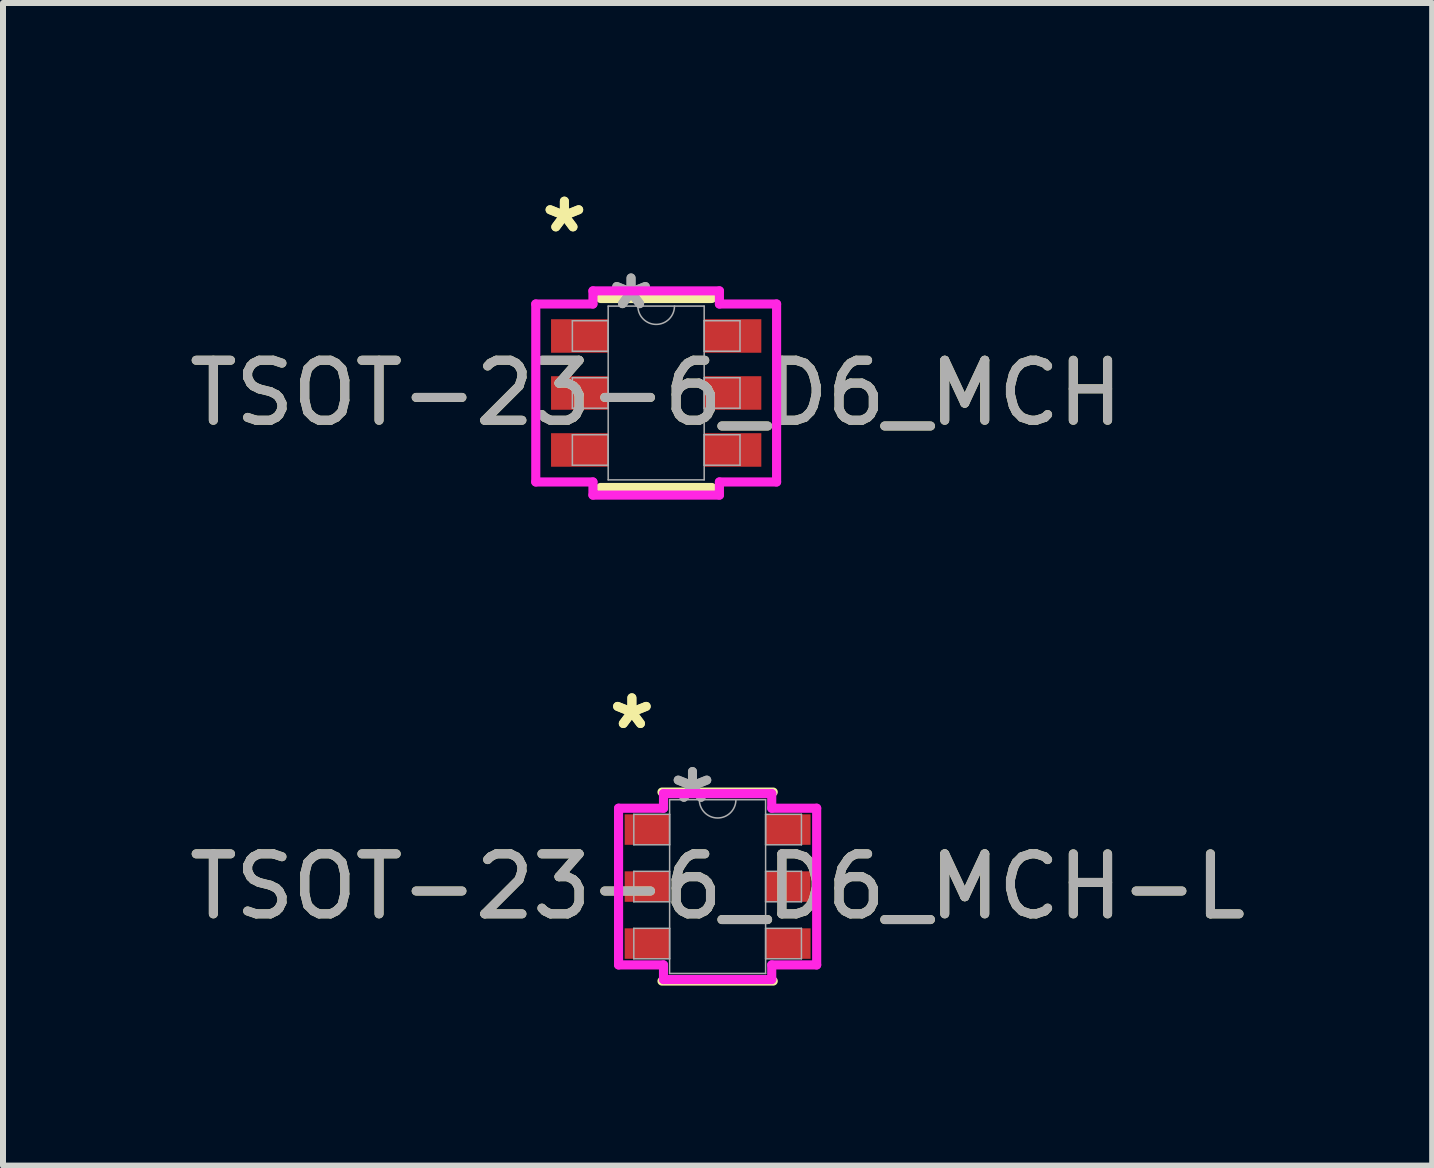
<source format=kicad_pcb>
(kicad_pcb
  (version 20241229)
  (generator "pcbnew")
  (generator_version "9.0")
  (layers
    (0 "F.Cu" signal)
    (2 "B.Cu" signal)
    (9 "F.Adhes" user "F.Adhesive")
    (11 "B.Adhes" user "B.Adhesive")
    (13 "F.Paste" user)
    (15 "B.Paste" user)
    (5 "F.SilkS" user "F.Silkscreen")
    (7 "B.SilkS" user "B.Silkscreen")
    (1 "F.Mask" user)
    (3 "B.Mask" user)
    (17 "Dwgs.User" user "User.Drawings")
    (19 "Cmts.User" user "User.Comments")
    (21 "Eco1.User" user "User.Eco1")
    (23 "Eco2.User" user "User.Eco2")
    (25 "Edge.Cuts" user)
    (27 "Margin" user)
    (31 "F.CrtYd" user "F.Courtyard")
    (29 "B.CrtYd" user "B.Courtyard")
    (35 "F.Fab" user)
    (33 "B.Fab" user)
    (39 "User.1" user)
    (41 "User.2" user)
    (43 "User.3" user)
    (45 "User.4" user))
  (footprint "TSOT-23-6_D6_MCH"
    (layer "F.Cu")
    (at 7.887 3.5)
    (property "Reference" "TSOT-23-6_D6_MCH" (at 0 0 0) (unlocked yes) (layer "F.SilkS") (effects (font (size 1 1) (thickness 0.15))))
    (attr smd)
    (fp_line (start -0.927 1.575) (end 0.927 1.575) (stroke (width 0.152) (type solid)) (layer "F.SilkS"))
    (fp_line (start 0.927 -1.575) (end -0.927 -1.575) (stroke (width 0.152) (type solid)) (layer "F.SilkS"))
    (fp_line (start -2.007 -1.483) (end -1.054 -1.483) (stroke (width 0.152) (type solid)) (layer "F.CrtYd"))
    (fp_line (start -2.007 1.483) (end -2.007 -1.483) (stroke (width 0.152) (type solid)) (layer "F.CrtYd"))
    (fp_line (start -2.007 1.483) (end -1.054 1.483) (stroke (width 0.152) (type solid)) (layer "F.CrtYd"))
    (fp_line (start -1.054 -1.702) (end 1.054 -1.702) (stroke (width 0.152) (type solid)) (layer "F.CrtYd"))
    (fp_line (start -1.054 -1.483) (end -1.054 -1.702) (stroke (width 0.152) (type solid)) (layer "F.CrtYd"))
    (fp_line (start -1.054 1.702) (end -1.054 1.483) (stroke (width 0.152) (type solid)) (layer "F.CrtYd"))
    (fp_line (start 1.054 -1.702) (end 1.054 -1.483) (stroke (width 0.152) (type solid)) (layer "F.CrtYd"))
    (fp_line (start 1.054 1.483) (end 1.054 1.702) (stroke (width 0.152) (type solid)) (layer "F.CrtYd"))
    (fp_line (start 1.054 1.702) (end -1.054 1.702) (stroke (width 0.152) (type solid)) (layer "F.CrtYd"))
    (fp_line (start 2.007 -1.483) (end 1.054 -1.483) (stroke (width 0.152) (type solid)) (layer "F.CrtYd"))
    (fp_line (start 2.007 -1.483) (end 2.007 1.483) (stroke (width 0.152) (type solid)) (layer "F.CrtYd"))
    (fp_line (start 2.007 1.483) (end 1.054 1.483) (stroke (width 0.152) (type solid)) (layer "F.CrtYd"))
    (fp_line (start -1.397 -1.204) (end -1.397 -0.696) (stroke (width 0.025) (type solid)) (layer "F.Fab"))
    (fp_line (start -1.397 -0.696) (end -0.8 -0.696) (stroke (width 0.025) (type solid)) (layer "F.Fab"))
    (fp_line (start -1.397 -0.254) (end -1.397 0.254) (stroke (width 0.025) (type solid)) (layer "F.Fab"))
    (fp_line (start -1.397 0.254) (end -0.8 0.254) (stroke (width 0.025) (type solid)) (layer "F.Fab"))
    (fp_line (start -1.397 0.696) (end -1.397 1.204) (stroke (width 0.025) (type solid)) (layer "F.Fab"))
    (fp_line (start -1.397 1.204) (end -0.8 1.204) (stroke (width 0.025) (type solid)) (layer "F.Fab"))
    (fp_line (start -0.8 -1.448) (end -0.8 1.448) (stroke (width 0.025) (type solid)) (layer "F.Fab"))
    (fp_line (start -0.8 -1.204) (end -1.397 -1.204) (stroke (width 0.025) (type solid)) (layer "F.Fab"))
    (fp_line (start -0.8 -0.696) (end -0.8 -1.204) (stroke (width 0.025) (type solid)) (layer "F.Fab"))
    (fp_line (start -0.8 -0.254) (end -1.397 -0.254) (stroke (width 0.025) (type solid)) (layer "F.Fab"))
    (fp_line (start -0.8 0.254) (end -0.8 -0.254) (stroke (width 0.025) (type solid)) (layer "F.Fab"))
    (fp_line (start -0.8 0.696) (end -1.397 0.696) (stroke (width 0.025) (type solid)) (layer "F.Fab"))
    (fp_line (start -0.8 1.204) (end -0.8 0.696) (stroke (width 0.025) (type solid)) (layer "F.Fab"))
    (fp_line (start -0.8 1.448) (end 0.8 1.448) (stroke (width 0.025) (type solid)) (layer "F.Fab"))
    (fp_line (start 0.8 -1.448) (end -0.8 -1.448) (stroke (width 0.025) (type solid)) (layer "F.Fab"))
    (fp_line (start 0.8 -1.204) (end 0.8 -0.696) (stroke (width 0.025) (type solid)) (layer "F.Fab"))
    (fp_line (start 0.8 -0.696) (end 1.397 -0.696) (stroke (width 0.025) (type solid)) (layer "F.Fab"))
    (fp_line (start 0.8 -0.254) (end 0.8 0.254) (stroke (width 0.025) (type solid)) (layer "F.Fab"))
    (fp_line (start 0.8 0.254) (end 1.397 0.254) (stroke (width 0.025) (type solid)) (layer "F.Fab"))
    (fp_line (start 0.8 0.696) (end 0.8 1.204) (stroke (width 0.025) (type solid)) (layer "F.Fab"))
    (fp_line (start 0.8 1.204) (end 1.397 1.204) (stroke (width 0.025) (type solid)) (layer "F.Fab"))
    (fp_line (start 0.8 1.448) (end 0.8 -1.448) (stroke (width 0.025) (type solid)) (layer "F.Fab"))
    (fp_line (start 1.397 -1.204) (end 0.8 -1.204) (stroke (width 0.025) (type solid)) (layer "F.Fab"))
    (fp_line (start 1.397 -0.696) (end 1.397 -1.204) (stroke (width 0.025) (type solid)) (layer "F.Fab"))
    (fp_line (start 1.397 -0.254) (end 0.8 -0.254) (stroke (width 0.025) (type solid)) (layer "F.Fab"))
    (fp_line (start 1.397 0.254) (end 1.397 -0.254) (stroke (width 0.025) (type solid)) (layer "F.Fab"))
    (fp_line (start 1.397 0.696) (end 0.8 0.696) (stroke (width 0.025) (type solid)) (layer "F.Fab"))
    (fp_line (start 1.397 1.204) (end 1.397 0.696) (stroke (width 0.025) (type solid)) (layer "F.Fab"))
    (fp_arc (start 0.3048 -1.4478) (mid 0 -1.143) (end -0.3048 -1.4478) (stroke (width 0.0254) (type solid)) (layer "F.Fab"))
    (fp_text user "*" (at -1.53 -2.652 0) (unlocked yes) (layer "F.SilkS") (effects (font (size 1 1) (thickness 0.15))))
    (fp_text user "*" (at -1.53 -2.652 0) (layer "F.SilkS") (effects (font (size 1 1) (thickness 0.15))))
    (fp_text user "${REFERENCE}" (at 0 0 0) (unlocked yes) (layer "F.Fab") (effects (font (size 1 1) (thickness 0.15))))
    (fp_text user "*" (at -0.419 -1.372 0) (unlocked yes) (layer "F.Fab") (effects (font (size 1 1) (thickness 0.15))))
    (fp_text user "*" (at -0.419 -1.372 0) (layer "F.Fab") (effects (font (size 1 1) (thickness 0.15))))
    (pad "1" smd rect (at -1.276 -0.95) (size 0.953 0.559) (layers "F.Cu" "F.Mask" "F.Paste"))
    (pad "2" smd rect (at -1.276 0) (size 0.953 0.559) (layers "F.Cu" "F.Mask" "F.Paste"))
    (pad "3" smd rect (at -1.276 0.95) (size 0.953 0.559) (layers "F.Cu" "F.Mask" "F.Paste"))
    (pad "4" smd rect (at 1.276 0.95) (size 0.953 0.559) (layers "F.Cu" "F.Mask" "F.Paste"))
    (pad "5" smd rect (at 1.276 0) (size 0.953 0.559) (layers "F.Cu" "F.Mask" "F.Paste"))
    (pad "6" smd rect (at 1.276 -0.95) (size 0.953 0.559) (layers "F.Cu" "F.Mask" "F.Paste")))
  (footprint "TSOT-23-6_D6_MCH-L"
    (layer "F.Cu")
    (at 8.911 11.727)
    (property "Reference" "TSOT-23-6_D6_MCH-L" (at 0 0 0) (unlocked yes) (layer "F.SilkS") (effects (font (size 1 1) (thickness 0.15))))
    (attr smd)
    (fp_line (start -0.927 1.575) (end 0.927 1.575) (stroke (width 0.152) (type solid)) (layer "F.SilkS"))
    (fp_line (start 0.927 -1.575) (end -0.927 -1.575) (stroke (width 0.152) (type solid)) (layer "F.SilkS"))
    (fp_line (start -1.651 -1.306) (end -0.902 -1.306) (stroke (width 0.152) (type solid)) (layer "F.CrtYd"))
    (fp_line (start -1.651 1.306) (end -1.651 -1.306) (stroke (width 0.152) (type solid)) (layer "F.CrtYd"))
    (fp_line (start -1.651 1.306) (end -0.902 1.306) (stroke (width 0.152) (type solid)) (layer "F.CrtYd"))
    (fp_line (start -0.902 -1.549) (end 0.902 -1.549) (stroke (width 0.152) (type solid)) (layer "F.CrtYd"))
    (fp_line (start -0.902 -1.306) (end -0.902 -1.549) (stroke (width 0.152) (type solid)) (layer "F.CrtYd"))
    (fp_line (start -0.902 1.549) (end -0.902 1.306) (stroke (width 0.152) (type solid)) (layer "F.CrtYd"))
    (fp_line (start 0.902 -1.549) (end 0.902 -1.306) (stroke (width 0.152) (type solid)) (layer "F.CrtYd"))
    (fp_line (start 0.902 1.306) (end 0.902 1.549) (stroke (width 0.152) (type solid)) (layer "F.CrtYd"))
    (fp_line (start 0.902 1.549) (end -0.902 1.549) (stroke (width 0.152) (type solid)) (layer "F.CrtYd"))
    (fp_line (start 1.651 -1.306) (end 0.902 -1.306) (stroke (width 0.152) (type solid)) (layer "F.CrtYd"))
    (fp_line (start 1.651 -1.306) (end 1.651 1.306) (stroke (width 0.152) (type solid)) (layer "F.CrtYd"))
    (fp_line (start 1.651 1.306) (end 0.902 1.306) (stroke (width 0.152) (type solid)) (layer "F.CrtYd"))
    (fp_line (start -1.397 -1.204) (end -1.397 -0.696) (stroke (width 0.025) (type solid)) (layer "F.Fab"))
    (fp_line (start -1.397 -0.696) (end -0.8 -0.696) (stroke (width 0.025) (type solid)) (layer "F.Fab"))
    (fp_line (start -1.397 -0.254) (end -1.397 0.254) (stroke (width 0.025) (type solid)) (layer "F.Fab"))
    (fp_line (start -1.397 0.254) (end -0.8 0.254) (stroke (width 0.025) (type solid)) (layer "F.Fab"))
    (fp_line (start -1.397 0.696) (end -1.397 1.204) (stroke (width 0.025) (type solid)) (layer "F.Fab"))
    (fp_line (start -1.397 1.204) (end -0.8 1.204) (stroke (width 0.025) (type solid)) (layer "F.Fab"))
    (fp_line (start -0.8 -1.448) (end -0.8 1.448) (stroke (width 0.025) (type solid)) (layer "F.Fab"))
    (fp_line (start -0.8 -1.204) (end -1.397 -1.204) (stroke (width 0.025) (type solid)) (layer "F.Fab"))
    (fp_line (start -0.8 -0.696) (end -0.8 -1.204) (stroke (width 0.025) (type solid)) (layer "F.Fab"))
    (fp_line (start -0.8 -0.254) (end -1.397 -0.254) (stroke (width 0.025) (type solid)) (layer "F.Fab"))
    (fp_line (start -0.8 0.254) (end -0.8 -0.254) (stroke (width 0.025) (type solid)) (layer "F.Fab"))
    (fp_line (start -0.8 0.696) (end -1.397 0.696) (stroke (width 0.025) (type solid)) (layer "F.Fab"))
    (fp_line (start -0.8 1.204) (end -0.8 0.696) (stroke (width 0.025) (type solid)) (layer "F.Fab"))
    (fp_line (start -0.8 1.448) (end 0.8 1.448) (stroke (width 0.025) (type solid)) (layer "F.Fab"))
    (fp_line (start 0.8 -1.448) (end -0.8 -1.448) (stroke (width 0.025) (type solid)) (layer "F.Fab"))
    (fp_line (start 0.8 -1.204) (end 0.8 -0.696) (stroke (width 0.025) (type solid)) (layer "F.Fab"))
    (fp_line (start 0.8 -0.696) (end 1.397 -0.696) (stroke (width 0.025) (type solid)) (layer "F.Fab"))
    (fp_line (start 0.8 -0.254) (end 0.8 0.254) (stroke (width 0.025) (type solid)) (layer "F.Fab"))
    (fp_line (start 0.8 0.254) (end 1.397 0.254) (stroke (width 0.025) (type solid)) (layer "F.Fab"))
    (fp_line (start 0.8 0.696) (end 0.8 1.204) (stroke (width 0.025) (type solid)) (layer "F.Fab"))
    (fp_line (start 0.8 1.204) (end 1.397 1.204) (stroke (width 0.025) (type solid)) (layer "F.Fab"))
    (fp_line (start 0.8 1.448) (end 0.8 -1.448) (stroke (width 0.025) (type solid)) (layer "F.Fab"))
    (fp_line (start 1.397 -1.204) (end 0.8 -1.204) (stroke (width 0.025) (type solid)) (layer "F.Fab"))
    (fp_line (start 1.397 -0.696) (end 1.397 -1.204) (stroke (width 0.025) (type solid)) (layer "F.Fab"))
    (fp_line (start 1.397 -0.254) (end 0.8 -0.254) (stroke (width 0.025) (type solid)) (layer "F.Fab"))
    (fp_line (start 1.397 0.254) (end 1.397 -0.254) (stroke (width 0.025) (type solid)) (layer "F.Fab"))
    (fp_line (start 1.397 0.696) (end 0.8 0.696) (stroke (width 0.025) (type solid)) (layer "F.Fab"))
    (fp_line (start 1.397 1.204) (end 1.397 0.696) (stroke (width 0.025) (type solid)) (layer "F.Fab"))
    (fp_arc (start 0.3048 -1.4478) (mid 0 -1.143) (end -0.3048 -1.4478) (stroke (width 0.0254) (type solid)) (layer "F.Fab"))
    (fp_text user "*" (at -1.429 -2.601 0) (unlocked yes) (layer "F.SilkS") (effects (font (size 1 1) (thickness 0.15))))
    (fp_text user "*" (at -1.429 -2.601 0) (layer "F.SilkS") (effects (font (size 1 1) (thickness 0.15))))
    (fp_text user "*" (at -0.419 -1.372 0) (layer "F.Fab") (effects (font (size 1 1) (thickness 0.15))))
    (fp_text user "${REFERENCE}" (at 0 0 0) (unlocked yes) (layer "F.Fab") (effects (font (size 1 1) (thickness 0.15))))
    (fp_text user "*" (at -0.419 -1.372 0) (unlocked yes) (layer "F.Fab") (effects (font (size 1 1) (thickness 0.15))))
    (pad "1" smd rect (at -1.175 -0.95) (size 0.749 0.508) (layers "F.Cu" "F.Mask" "F.Paste"))
    (pad "2" smd rect (at -1.175 0) (size 0.749 0.508) (layers "F.Cu" "F.Mask" "F.Paste"))
    (pad "3" smd rect (at -1.175 0.95) (size 0.749 0.508) (layers "F.Cu" "F.Mask" "F.Paste"))
    (pad "4" smd rect (at 1.175 0.95) (size 0.749 0.508) (layers "F.Cu" "F.Mask" "F.Paste"))
    (pad "5" smd rect (at 1.175 0) (size 0.749 0.508) (layers "F.Cu" "F.Mask" "F.Paste"))
    (pad "6" smd rect (at 1.175 -0.95) (size 0.749 0.508) (layers "F.Cu" "F.Mask" "F.Paste")))
  (gr_rect
    (start -3 -3)
    (end 20.821 16.378)
    (stroke (width 0.1) (type default))
    (fill no)
    (layer "Edge.Cuts")))
</source>
